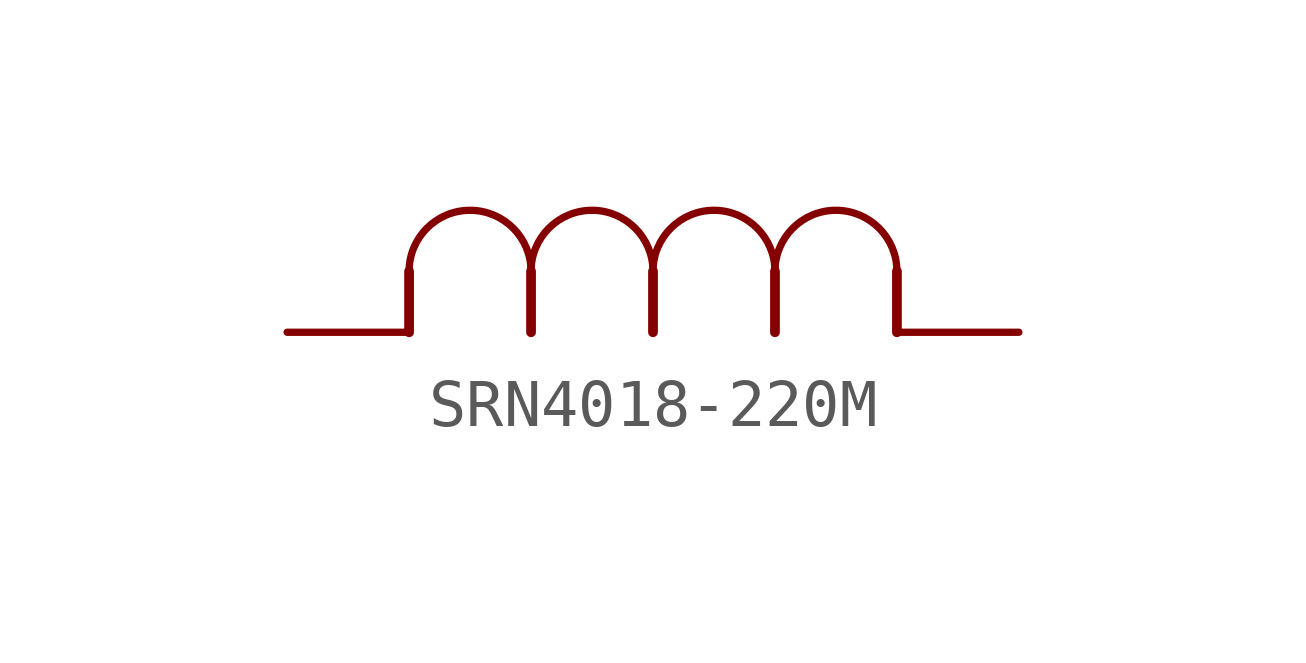
<source format=kicad_sym>
(kicad_symbol_lib
  (version 20231120)
  (generator "kicad_symbol_editor")
  (generator_version "8.0")
  (symbol "SRN4018-220M"
    (property "Reference" "L"
      (at -0.914 3.353 0)
      (effects (font (size 3.48 2.958)) (justify left bottom) (hide yes)))
    (property "ki_locked" ""
      (at 0 0 0)
      (effects (font (size 1.27 1.27))))
    (symbol "SRN4018-220M_1_0"
      (polyline (pts (xy 2.54 0) (xy 2.54 1.27)) (stroke (width 0.203) (type solid)) (fill (type none)))
      (polyline (pts (xy 5.08 0) (xy 5.08 1.27)) (stroke (width 0.203) (type solid)) (fill (type none)))
      (polyline (pts (xy 7.62 0) (xy 7.62 1.27)) (stroke (width 0.203) (type solid)) (fill (type none)))
      (polyline (pts (xy 10.16 0) (xy 10.16 1.27)) (stroke (width 0.203) (type solid)) (fill (type none)))
      (polyline (pts (xy 12.7 0) (xy 12.7 1.27)) (stroke (width 0.203) (type solid)) (fill (type none)))
      (arc (start 5.08 1.27) (mid 3.81 2.54) (end 2.54 1.27) (stroke (width 0.1524) (type solid)) (fill (type none)))
      (arc (start 7.62 1.27) (mid 6.35 2.54) (end 5.08 1.27) (stroke (width 0.1524) (type solid)) (fill (type none)))
      (arc (start 10.16 1.27) (mid 8.89 2.54) (end 7.62 1.27) (stroke (width 0.1524) (type solid)) (fill (type none)))
      (arc (start 12.7 1.27) (mid 11.43 2.54) (end 10.16 1.27) (stroke (width 0.1524) (type solid)) (fill (type none)))
      (pin passive line (at 15.24 0 180) (length 2.54) (name "1" (effects (font (size 0 0)))) (number "1" (effects (font (size 0 0)))))
      (pin passive line (at 0 0 0) (length 2.54) (name "2" (effects (font (size 0 0)))) (number "2" (effects (font (size 0 0))))))))
</source>
